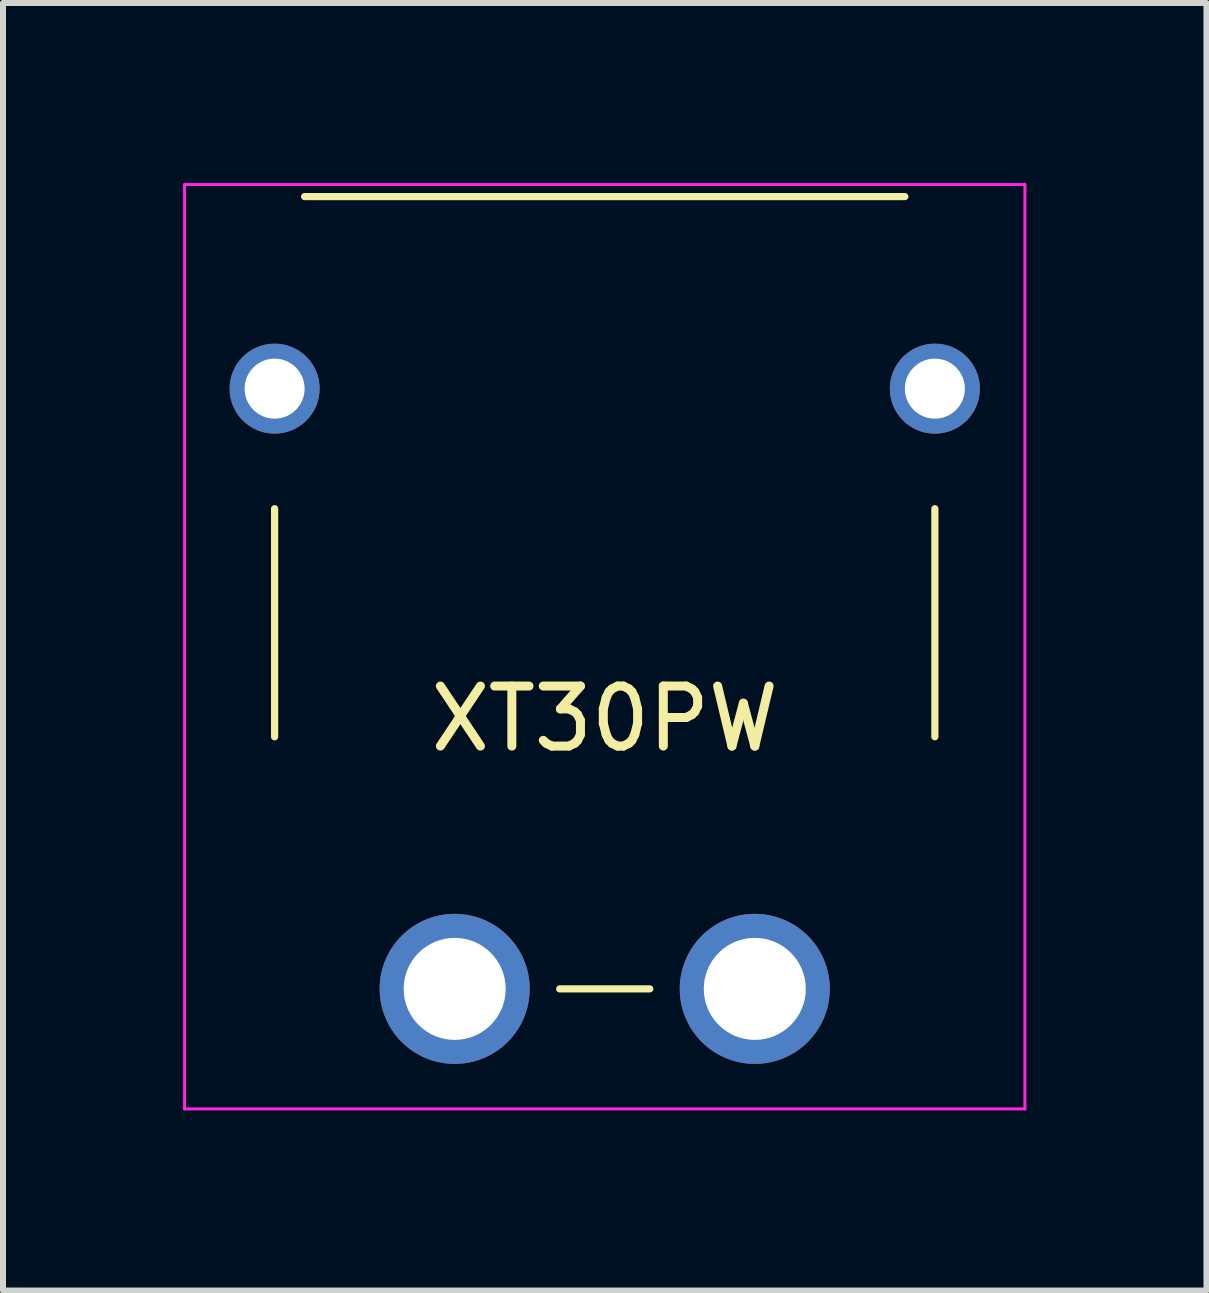
<source format=kicad_pcb>
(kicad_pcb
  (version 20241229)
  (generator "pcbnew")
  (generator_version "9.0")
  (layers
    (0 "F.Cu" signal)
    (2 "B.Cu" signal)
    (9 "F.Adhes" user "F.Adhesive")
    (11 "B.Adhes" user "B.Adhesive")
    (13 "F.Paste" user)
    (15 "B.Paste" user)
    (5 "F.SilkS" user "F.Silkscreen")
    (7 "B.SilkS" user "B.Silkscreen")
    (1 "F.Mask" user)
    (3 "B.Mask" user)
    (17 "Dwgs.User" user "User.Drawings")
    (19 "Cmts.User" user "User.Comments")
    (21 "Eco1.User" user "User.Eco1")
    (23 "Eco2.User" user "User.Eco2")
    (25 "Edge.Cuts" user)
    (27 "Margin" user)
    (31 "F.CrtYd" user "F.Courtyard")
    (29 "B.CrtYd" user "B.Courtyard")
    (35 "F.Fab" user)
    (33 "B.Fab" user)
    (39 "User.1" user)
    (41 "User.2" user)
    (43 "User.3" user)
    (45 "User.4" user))
  (footprint "XT30PW"
    (layer "F.Cu")
    (at 7.025 8.425)
    (property "Reference" "XT30PW" (at 0 0.5 0) (layer "F.SilkS") (effects (font (size 1 1) (thickness 0.15))))
    (attr through_hole)
    (fp_line (start -5.5 -3) (end -5.5 0.8) (stroke (width 0.12) (type solid)) (layer "F.SilkS"))
    (fp_line (start -5 -8.2) (end 5 -8.2) (stroke (width 0.12) (type solid)) (layer "F.SilkS"))
    (fp_line (start -0.75 5) (end 0.75 5) (stroke (width 0.12) (type solid)) (layer "F.SilkS"))
    (fp_line (start 5.5 -3) (end 5.5 0.8) (stroke (width 0.12) (type solid)) (layer "F.SilkS"))
    (fp_line (start -7 -8.4) (end 7 -8.4) (stroke (width 0.05) (type solid)) (layer "F.CrtYd"))
    (fp_line (start -7 7) (end -7 -8.4) (stroke (width 0.05) (type solid)) (layer "F.CrtYd"))
    (fp_line (start 7 -8.4) (end 7 7) (stroke (width 0.05) (type solid)) (layer "F.CrtYd"))
    (fp_line (start 7 7) (end -7 7) (stroke (width 0.05) (type solid)) (layer "F.CrtYd"))
    (pad "1" thru_hole circle (at -2.5 5) (size 2.5 2.5) (drill 1.7) (layers "*.Cu" "*.Mask"))
    (pad "2" thru_hole circle (at 2.5 5) (size 2.5 2.5) (drill 1.7) (layers "*.Cu" "*.Mask"))
    (pad "MP" thru_hole circle (at -5.5 -5) (size 1.5 1.5) (drill 1) (layers "*.Cu" "*.Mask"))
    (pad "MP" thru_hole circle (at 5.5 -5) (size 1.5 1.5) (drill 1) (layers "*.Cu" "*.Mask")))
  (gr_rect
    (start -3 -3)
    (end 17.05 18.45)
    (stroke (width 0.1) (type default))
    (fill no)
    (layer "Edge.Cuts")))
</source>
